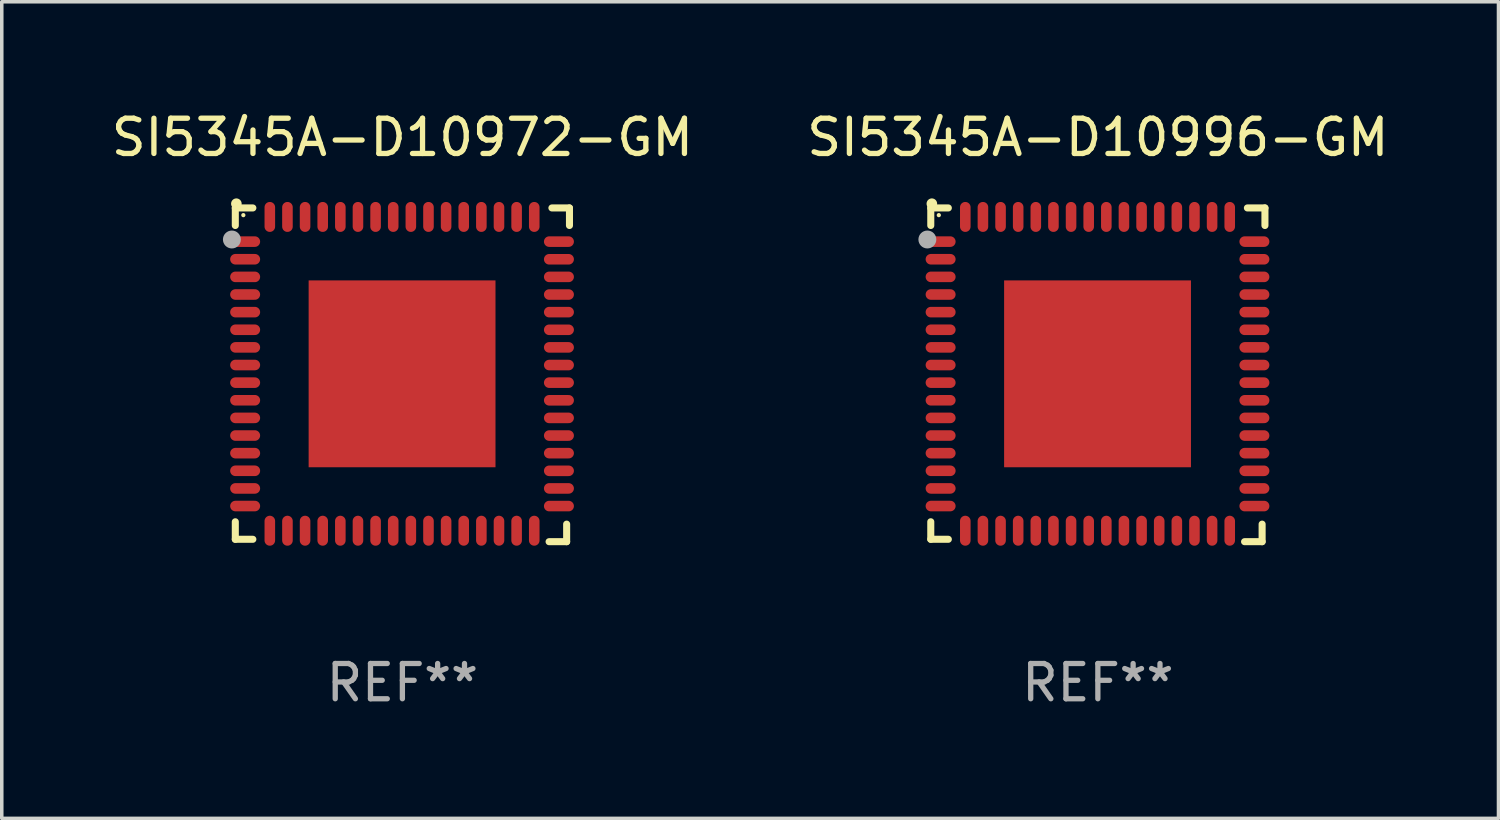
<source format=kicad_pcb>
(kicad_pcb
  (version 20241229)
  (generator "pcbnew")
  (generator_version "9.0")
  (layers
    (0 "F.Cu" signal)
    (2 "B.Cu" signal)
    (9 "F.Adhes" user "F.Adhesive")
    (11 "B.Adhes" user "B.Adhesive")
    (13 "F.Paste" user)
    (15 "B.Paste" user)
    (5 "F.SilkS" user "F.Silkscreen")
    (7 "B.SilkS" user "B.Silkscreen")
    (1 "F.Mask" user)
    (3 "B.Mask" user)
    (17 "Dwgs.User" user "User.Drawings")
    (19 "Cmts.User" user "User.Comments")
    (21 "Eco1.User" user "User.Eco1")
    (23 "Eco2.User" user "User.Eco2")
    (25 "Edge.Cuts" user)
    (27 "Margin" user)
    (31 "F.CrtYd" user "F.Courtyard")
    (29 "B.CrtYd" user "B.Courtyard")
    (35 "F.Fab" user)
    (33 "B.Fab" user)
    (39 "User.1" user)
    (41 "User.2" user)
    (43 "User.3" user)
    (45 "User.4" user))
  (footprint "SI5345A-D10996-GM"
    (layer "F.Cu")
    (at 28.089 7.581)
    (property "Reference" "SI5345A-D10996-GM" (at 0 -6.733 0) (layer "F.SilkS") (effects (font (size 1 1) (thickness 0.15))))
    (attr through_hole)
    (fp_line (start -4.739 -4.733) (end -4.241 -4.733) (stroke (width 0.2) (type solid)) (layer "F.SilkS"))
    (fp_line (start -4.739 -4.235) (end -4.739 -4.733) (stroke (width 0.2) (type solid)) (layer "F.SilkS"))
    (fp_line (start -4.739 4.168) (end -4.739 4.665) (stroke (width 0.2) (type solid)) (layer "F.SilkS"))
    (fp_line (start -4.739 4.665) (end -4.241 4.665) (stroke (width 0.2) (type solid)) (layer "F.SilkS"))
    (fp_line (start 4.161 4.733) (end 4.659 4.733) (stroke (width 0.2) (type solid)) (layer "F.SilkS"))
    (fp_line (start 4.241 -4.733) (end 4.739 -4.733) (stroke (width 0.2) (type solid)) (layer "F.SilkS"))
    (fp_line (start 4.659 4.733) (end 4.659 4.235) (stroke (width 0.2) (type solid)) (layer "F.SilkS"))
    (fp_line (start 4.739 -4.733) (end 4.739 -4.235) (stroke (width 0.2) (type solid)) (layer "F.SilkS"))
    (fp_arc (start -4.708623 -4.85108) (mid -4.708628 -4.85235) (end -4.708623 -4.85362) (stroke (width 0.3) (type solid)) (layer "F.SilkS"))
    (fp_circle (center -4.511 -4.529) (end -4.481 -4.529) (stroke (width 0.06) (type solid)) (fill no) (layer "F.SilkS"))
    (fp_circle (center -4.836 -3.838) (end -4.709 -3.838) (stroke (width 0.254) (type solid)) (fill no) (layer "F.Fab"))
    (fp_text user "REF**" (at 0 8.733 0) (layer "F.Fab") (effects (font (size 1 1) (thickness 0.15))))
    (pad "1" smd oval (at -4.46 -3.778) (size 0.85 0.3) (layers "F.Cu" "F.Mask" "F.Paste"))
    (pad "2" smd oval (at -4.46 -3.278) (size 0.85 0.3) (layers "F.Cu" "F.Mask" "F.Paste"))
    (pad "3" smd oval (at -4.46 -2.778) (size 0.85 0.3) (layers "F.Cu" "F.Mask" "F.Paste"))
    (pad "4" smd oval (at -4.46 -2.278) (size 0.85 0.3) (layers "F.Cu" "F.Mask" "F.Paste"))
    (pad "5" smd oval (at -4.46 -1.778) (size 0.85 0.3) (layers "F.Cu" "F.Mask" "F.Paste"))
    (pad "6" smd oval (at -4.46 -1.278) (size 0.85 0.3) (layers "F.Cu" "F.Mask" "F.Paste"))
    (pad "7" smd oval (at -4.46 -0.778) (size 0.85 0.3) (layers "F.Cu" "F.Mask" "F.Paste"))
    (pad "8" smd oval (at -4.46 -0.278) (size 0.85 0.3) (layers "F.Cu" "F.Mask" "F.Paste"))
    (pad "9" smd oval (at -4.46 0.222) (size 0.85 0.3) (layers "F.Cu" "F.Mask" "F.Paste"))
    (pad "10" smd oval (at -4.46 0.722) (size 0.85 0.3) (layers "F.Cu" "F.Mask" "F.Paste"))
    (pad "11" smd oval (at -4.46 1.222) (size 0.85 0.3) (layers "F.Cu" "F.Mask" "F.Paste"))
    (pad "12" smd oval (at -4.46 1.722) (size 0.85 0.3) (layers "F.Cu" "F.Mask" "F.Paste"))
    (pad "13" smd oval (at -4.46 2.222) (size 0.85 0.3) (layers "F.Cu" "F.Mask" "F.Paste"))
    (pad "14" smd oval (at -4.46 2.722) (size 0.85 0.3) (layers "F.Cu" "F.Mask" "F.Paste"))
    (pad "15" smd oval (at -4.46 3.222) (size 0.85 0.3) (layers "F.Cu" "F.Mask" "F.Paste"))
    (pad "16" smd oval (at -4.46 3.722) (size 0.85 0.3) (layers "F.Cu" "F.Mask" "F.Paste"))
    (pad "17" smd oval (at -3.76 4.422) (size 0.3 0.85) (layers "F.Cu" "F.Mask" "F.Paste"))
    (pad "18" smd oval (at -3.26 4.422) (size 0.3 0.85) (layers "F.Cu" "F.Mask" "F.Paste"))
    (pad "19" smd oval (at -2.76 4.422) (size 0.3 0.85) (layers "F.Cu" "F.Mask" "F.Paste"))
    (pad "20" smd oval (at -2.26 4.422) (size 0.3 0.85) (layers "F.Cu" "F.Mask" "F.Paste"))
    (pad "21" smd oval (at -1.76 4.422) (size 0.3 0.85) (layers "F.Cu" "F.Mask" "F.Paste"))
    (pad "22" smd oval (at -1.26 4.422) (size 0.3 0.85) (layers "F.Cu" "F.Mask" "F.Paste"))
    (pad "23" smd oval (at -0.76 4.422) (size 0.3 0.85) (layers "F.Cu" "F.Mask" "F.Paste"))
    (pad "24" smd oval (at -0.26 4.422) (size 0.3 0.85) (layers "F.Cu" "F.Mask" "F.Paste"))
    (pad "25" smd oval (at 0.24 4.422) (size 0.3 0.85) (layers "F.Cu" "F.Mask" "F.Paste"))
    (pad "26" smd oval (at 0.74 4.422) (size 0.3 0.85) (layers "F.Cu" "F.Mask" "F.Paste"))
    (pad "27" smd oval (at 1.24 4.422) (size 0.3 0.85) (layers "F.Cu" "F.Mask" "F.Paste"))
    (pad "28" smd oval (at 1.74 4.422) (size 0.3 0.85) (layers "F.Cu" "F.Mask" "F.Paste"))
    (pad "29" smd oval (at 2.24 4.422) (size 0.3 0.85) (layers "F.Cu" "F.Mask" "F.Paste"))
    (pad "30" smd oval (at 2.74 4.422) (size 0.3 0.85) (layers "F.Cu" "F.Mask" "F.Paste"))
    (pad "31" smd oval (at 3.24 4.422) (size 0.3 0.85) (layers "F.Cu" "F.Mask" "F.Paste"))
    (pad "32" smd oval (at 3.74 4.422) (size 0.3 0.85) (layers "F.Cu" "F.Mask" "F.Paste"))
    (pad "33" smd oval (at 4.44 3.723) (size 0.85 0.3) (layers "F.Cu" "F.Mask" "F.Paste"))
    (pad "34" smd oval (at 4.44 3.222) (size 0.85 0.3) (layers "F.Cu" "F.Mask" "F.Paste"))
    (pad "35" smd oval (at 4.44 2.723) (size 0.85 0.3) (layers "F.Cu" "F.Mask" "F.Paste"))
    (pad "36" smd oval (at 4.44 2.222) (size 0.85 0.3) (layers "F.Cu" "F.Mask" "F.Paste"))
    (pad "37" smd oval (at 4.44 1.723) (size 0.85 0.3) (layers "F.Cu" "F.Mask" "F.Paste"))
    (pad "38" smd oval (at 4.44 1.222) (size 0.85 0.3) (layers "F.Cu" "F.Mask" "F.Paste"))
    (pad "39" smd oval (at 4.44 0.723) (size 0.85 0.3) (layers "F.Cu" "F.Mask" "F.Paste"))
    (pad "40" smd oval (at 4.44 0.222) (size 0.85 0.3) (layers "F.Cu" "F.Mask" "F.Paste"))
    (pad "41" smd oval (at 4.44 -0.277) (size 0.85 0.3) (layers "F.Cu" "F.Mask" "F.Paste"))
    (pad "42" smd oval (at 4.44 -0.778) (size 0.85 0.3) (layers "F.Cu" "F.Mask" "F.Paste"))
    (pad "43" smd oval (at 4.44 -1.277) (size 0.85 0.3) (layers "F.Cu" "F.Mask" "F.Paste"))
    (pad "44" smd oval (at 4.44 -1.778) (size 0.85 0.3) (layers "F.Cu" "F.Mask" "F.Paste"))
    (pad "45" smd oval (at 4.44 -2.277) (size 0.85 0.3) (layers "F.Cu" "F.Mask" "F.Paste"))
    (pad "46" smd oval (at 4.44 -2.778) (size 0.85 0.3) (layers "F.Cu" "F.Mask" "F.Paste"))
    (pad "47" smd oval (at 4.44 -3.277) (size 0.85 0.3) (layers "F.Cu" "F.Mask" "F.Paste"))
    (pad "48" smd oval (at 4.44 -3.778) (size 0.85 0.3) (layers "F.Cu" "F.Mask" "F.Paste"))
    (pad "49" smd oval (at 3.74 -4.478) (size 0.3 0.85) (layers "F.Cu" "F.Mask" "F.Paste"))
    (pad "50" smd oval (at 3.24 -4.478) (size 0.3 0.85) (layers "F.Cu" "F.Mask" "F.Paste"))
    (pad "51" smd oval (at 2.74 -4.478) (size 0.3 0.85) (layers "F.Cu" "F.Mask" "F.Paste"))
    (pad "52" smd oval (at 2.24 -4.478) (size 0.3 0.85) (layers "F.Cu" "F.Mask" "F.Paste"))
    (pad "53" smd oval (at 1.74 -4.478) (size 0.3 0.85) (layers "F.Cu" "F.Mask" "F.Paste"))
    (pad "54" smd oval (at 1.24 -4.478) (size 0.3 0.85) (layers "F.Cu" "F.Mask" "F.Paste"))
    (pad "55" smd oval (at 0.74 -4.478) (size 0.3 0.85) (layers "F.Cu" "F.Mask" "F.Paste"))
    (pad "56" smd oval (at 0.24 -4.478) (size 0.3 0.85) (layers "F.Cu" "F.Mask" "F.Paste"))
    (pad "57" smd oval (at -0.26 -4.478) (size 0.3 0.85) (layers "F.Cu" "F.Mask" "F.Paste"))
    (pad "58" smd oval (at -0.76 -4.478) (size 0.3 0.85) (layers "F.Cu" "F.Mask" "F.Paste"))
    (pad "59" smd oval (at -1.26 -4.478) (size 0.3 0.85) (layers "F.Cu" "F.Mask" "F.Paste"))
    (pad "60" smd oval (at -1.76 -4.478) (size 0.3 0.85) (layers "F.Cu" "F.Mask" "F.Paste"))
    (pad "61" smd oval (at -2.26 -4.478) (size 0.3 0.85) (layers "F.Cu" "F.Mask" "F.Paste"))
    (pad "62" smd oval (at -2.76 -4.478) (size 0.3 0.85) (layers "F.Cu" "F.Mask" "F.Paste"))
    (pad "63" smd oval (at -3.26 -4.478) (size 0.3 0.85) (layers "F.Cu" "F.Mask" "F.Paste"))
    (pad "64" smd oval (at -3.76 -4.478) (size 0.3 0.85) (layers "F.Cu" "F.Mask" "F.Paste"))
    (pad "65" smd rect (at -0.009 -0.028 90) (size 5.3 5.3) (layers "F.Cu" "F.Mask" "F.Paste")))
  (footprint "SI5345A-D10972-GM"
    (layer "F.Cu")
    (at 8.363 7.581)
    (property "Reference" "SI5345A-D10972-GM" (at 0 -6.733 0) (layer "F.SilkS") (effects (font (size 1 1) (thickness 0.15))))
    (attr through_hole)
    (fp_line (start -4.739 -4.733) (end -4.241 -4.733) (stroke (width 0.2) (type solid)) (layer "F.SilkS"))
    (fp_line (start -4.739 -4.235) (end -4.739 -4.733) (stroke (width 0.2) (type solid)) (layer "F.SilkS"))
    (fp_line (start -4.739 4.168) (end -4.739 4.665) (stroke (width 0.2) (type solid)) (layer "F.SilkS"))
    (fp_line (start -4.739 4.665) (end -4.241 4.665) (stroke (width 0.2) (type solid)) (layer "F.SilkS"))
    (fp_line (start 4.161 4.733) (end 4.659 4.733) (stroke (width 0.2) (type solid)) (layer "F.SilkS"))
    (fp_line (start 4.241 -4.733) (end 4.739 -4.733) (stroke (width 0.2) (type solid)) (layer "F.SilkS"))
    (fp_line (start 4.659 4.733) (end 4.659 4.235) (stroke (width 0.2) (type solid)) (layer "F.SilkS"))
    (fp_line (start 4.739 -4.733) (end 4.739 -4.235) (stroke (width 0.2) (type solid)) (layer "F.SilkS"))
    (fp_arc (start -4.708623 -4.85108) (mid -4.708628 -4.85235) (end -4.708623 -4.85362) (stroke (width 0.3) (type solid)) (layer "F.SilkS"))
    (fp_circle (center -4.511 -4.529) (end -4.481 -4.529) (stroke (width 0.06) (type solid)) (fill no) (layer "F.SilkS"))
    (fp_circle (center -4.836 -3.838) (end -4.709 -3.838) (stroke (width 0.254) (type solid)) (fill no) (layer "F.Fab"))
    (fp_text user "REF**" (at 0 8.733 0) (layer "F.Fab") (effects (font (size 1 1) (thickness 0.15))))
    (pad "1" smd oval (at -4.46 -3.778) (size 0.85 0.3) (layers "F.Cu" "F.Mask" "F.Paste"))
    (pad "2" smd oval (at -4.46 -3.278) (size 0.85 0.3) (layers "F.Cu" "F.Mask" "F.Paste"))
    (pad "3" smd oval (at -4.46 -2.778) (size 0.85 0.3) (layers "F.Cu" "F.Mask" "F.Paste"))
    (pad "4" smd oval (at -4.46 -2.278) (size 0.85 0.3) (layers "F.Cu" "F.Mask" "F.Paste"))
    (pad "5" smd oval (at -4.46 -1.778) (size 0.85 0.3) (layers "F.Cu" "F.Mask" "F.Paste"))
    (pad "6" smd oval (at -4.46 -1.278) (size 0.85 0.3) (layers "F.Cu" "F.Mask" "F.Paste"))
    (pad "7" smd oval (at -4.46 -0.778) (size 0.85 0.3) (layers "F.Cu" "F.Mask" "F.Paste"))
    (pad "8" smd oval (at -4.46 -0.278) (size 0.85 0.3) (layers "F.Cu" "F.Mask" "F.Paste"))
    (pad "9" smd oval (at -4.46 0.222) (size 0.85 0.3) (layers "F.Cu" "F.Mask" "F.Paste"))
    (pad "10" smd oval (at -4.46 0.722) (size 0.85 0.3) (layers "F.Cu" "F.Mask" "F.Paste"))
    (pad "11" smd oval (at -4.46 1.222) (size 0.85 0.3) (layers "F.Cu" "F.Mask" "F.Paste"))
    (pad "12" smd oval (at -4.46 1.722) (size 0.85 0.3) (layers "F.Cu" "F.Mask" "F.Paste"))
    (pad "13" smd oval (at -4.46 2.222) (size 0.85 0.3) (layers "F.Cu" "F.Mask" "F.Paste"))
    (pad "14" smd oval (at -4.46 2.722) (size 0.85 0.3) (layers "F.Cu" "F.Mask" "F.Paste"))
    (pad "15" smd oval (at -4.46 3.222) (size 0.85 0.3) (layers "F.Cu" "F.Mask" "F.Paste"))
    (pad "16" smd oval (at -4.46 3.722) (size 0.85 0.3) (layers "F.Cu" "F.Mask" "F.Paste"))
    (pad "17" smd oval (at -3.76 4.422) (size 0.3 0.85) (layers "F.Cu" "F.Mask" "F.Paste"))
    (pad "18" smd oval (at -3.26 4.422) (size 0.3 0.85) (layers "F.Cu" "F.Mask" "F.Paste"))
    (pad "19" smd oval (at -2.76 4.422) (size 0.3 0.85) (layers "F.Cu" "F.Mask" "F.Paste"))
    (pad "20" smd oval (at -2.26 4.422) (size 0.3 0.85) (layers "F.Cu" "F.Mask" "F.Paste"))
    (pad "21" smd oval (at -1.76 4.422) (size 0.3 0.85) (layers "F.Cu" "F.Mask" "F.Paste"))
    (pad "22" smd oval (at -1.26 4.422) (size 0.3 0.85) (layers "F.Cu" "F.Mask" "F.Paste"))
    (pad "23" smd oval (at -0.76 4.422) (size 0.3 0.85) (layers "F.Cu" "F.Mask" "F.Paste"))
    (pad "24" smd oval (at -0.26 4.422) (size 0.3 0.85) (layers "F.Cu" "F.Mask" "F.Paste"))
    (pad "25" smd oval (at 0.24 4.422) (size 0.3 0.85) (layers "F.Cu" "F.Mask" "F.Paste"))
    (pad "26" smd oval (at 0.74 4.422) (size 0.3 0.85) (layers "F.Cu" "F.Mask" "F.Paste"))
    (pad "27" smd oval (at 1.24 4.422) (size 0.3 0.85) (layers "F.Cu" "F.Mask" "F.Paste"))
    (pad "28" smd oval (at 1.74 4.422) (size 0.3 0.85) (layers "F.Cu" "F.Mask" "F.Paste"))
    (pad "29" smd oval (at 2.24 4.422) (size 0.3 0.85) (layers "F.Cu" "F.Mask" "F.Paste"))
    (pad "30" smd oval (at 2.74 4.422) (size 0.3 0.85) (layers "F.Cu" "F.Mask" "F.Paste"))
    (pad "31" smd oval (at 3.24 4.422) (size 0.3 0.85) (layers "F.Cu" "F.Mask" "F.Paste"))
    (pad "32" smd oval (at 3.74 4.422) (size 0.3 0.85) (layers "F.Cu" "F.Mask" "F.Paste"))
    (pad "33" smd oval (at 4.44 3.723) (size 0.85 0.3) (layers "F.Cu" "F.Mask" "F.Paste"))
    (pad "34" smd oval (at 4.44 3.222) (size 0.85 0.3) (layers "F.Cu" "F.Mask" "F.Paste"))
    (pad "35" smd oval (at 4.44 2.723) (size 0.85 0.3) (layers "F.Cu" "F.Mask" "F.Paste"))
    (pad "36" smd oval (at 4.44 2.222) (size 0.85 0.3) (layers "F.Cu" "F.Mask" "F.Paste"))
    (pad "37" smd oval (at 4.44 1.723) (size 0.85 0.3) (layers "F.Cu" "F.Mask" "F.Paste"))
    (pad "38" smd oval (at 4.44 1.222) (size 0.85 0.3) (layers "F.Cu" "F.Mask" "F.Paste"))
    (pad "39" smd oval (at 4.44 0.723) (size 0.85 0.3) (layers "F.Cu" "F.Mask" "F.Paste"))
    (pad "40" smd oval (at 4.44 0.222) (size 0.85 0.3) (layers "F.Cu" "F.Mask" "F.Paste"))
    (pad "41" smd oval (at 4.44 -0.277) (size 0.85 0.3) (layers "F.Cu" "F.Mask" "F.Paste"))
    (pad "42" smd oval (at 4.44 -0.778) (size 0.85 0.3) (layers "F.Cu" "F.Mask" "F.Paste"))
    (pad "43" smd oval (at 4.44 -1.277) (size 0.85 0.3) (layers "F.Cu" "F.Mask" "F.Paste"))
    (pad "44" smd oval (at 4.44 -1.778) (size 0.85 0.3) (layers "F.Cu" "F.Mask" "F.Paste"))
    (pad "45" smd oval (at 4.44 -2.277) (size 0.85 0.3) (layers "F.Cu" "F.Mask" "F.Paste"))
    (pad "46" smd oval (at 4.44 -2.778) (size 0.85 0.3) (layers "F.Cu" "F.Mask" "F.Paste"))
    (pad "47" smd oval (at 4.44 -3.277) (size 0.85 0.3) (layers "F.Cu" "F.Mask" "F.Paste"))
    (pad "48" smd oval (at 4.44 -3.778) (size 0.85 0.3) (layers "F.Cu" "F.Mask" "F.Paste"))
    (pad "49" smd oval (at 3.74 -4.478) (size 0.3 0.85) (layers "F.Cu" "F.Mask" "F.Paste"))
    (pad "50" smd oval (at 3.24 -4.478) (size 0.3 0.85) (layers "F.Cu" "F.Mask" "F.Paste"))
    (pad "51" smd oval (at 2.74 -4.478) (size 0.3 0.85) (layers "F.Cu" "F.Mask" "F.Paste"))
    (pad "52" smd oval (at 2.24 -4.478) (size 0.3 0.85) (layers "F.Cu" "F.Mask" "F.Paste"))
    (pad "53" smd oval (at 1.74 -4.478) (size 0.3 0.85) (layers "F.Cu" "F.Mask" "F.Paste"))
    (pad "54" smd oval (at 1.24 -4.478) (size 0.3 0.85) (layers "F.Cu" "F.Mask" "F.Paste"))
    (pad "55" smd oval (at 0.74 -4.478) (size 0.3 0.85) (layers "F.Cu" "F.Mask" "F.Paste"))
    (pad "56" smd oval (at 0.24 -4.478) (size 0.3 0.85) (layers "F.Cu" "F.Mask" "F.Paste"))
    (pad "57" smd oval (at -0.26 -4.478) (size 0.3 0.85) (layers "F.Cu" "F.Mask" "F.Paste"))
    (pad "58" smd oval (at -0.76 -4.478) (size 0.3 0.85) (layers "F.Cu" "F.Mask" "F.Paste"))
    (pad "59" smd oval (at -1.26 -4.478) (size 0.3 0.85) (layers "F.Cu" "F.Mask" "F.Paste"))
    (pad "60" smd oval (at -1.76 -4.478) (size 0.3 0.85) (layers "F.Cu" "F.Mask" "F.Paste"))
    (pad "61" smd oval (at -2.26 -4.478) (size 0.3 0.85) (layers "F.Cu" "F.Mask" "F.Paste"))
    (pad "62" smd oval (at -2.76 -4.478) (size 0.3 0.85) (layers "F.Cu" "F.Mask" "F.Paste"))
    (pad "63" smd oval (at -3.26 -4.478) (size 0.3 0.85) (layers "F.Cu" "F.Mask" "F.Paste"))
    (pad "64" smd oval (at -3.76 -4.478) (size 0.3 0.85) (layers "F.Cu" "F.Mask" "F.Paste"))
    (pad "65" smd rect (at -0.009 -0.028 90) (size 5.3 5.3) (layers "F.Cu" "F.Mask" "F.Paste")))
  (gr_rect
    (start -3 -3)
    (end 39.452 20.162)
    (stroke (width 0.1) (type default))
    (fill no)
    (layer "Edge.Cuts")))
</source>
